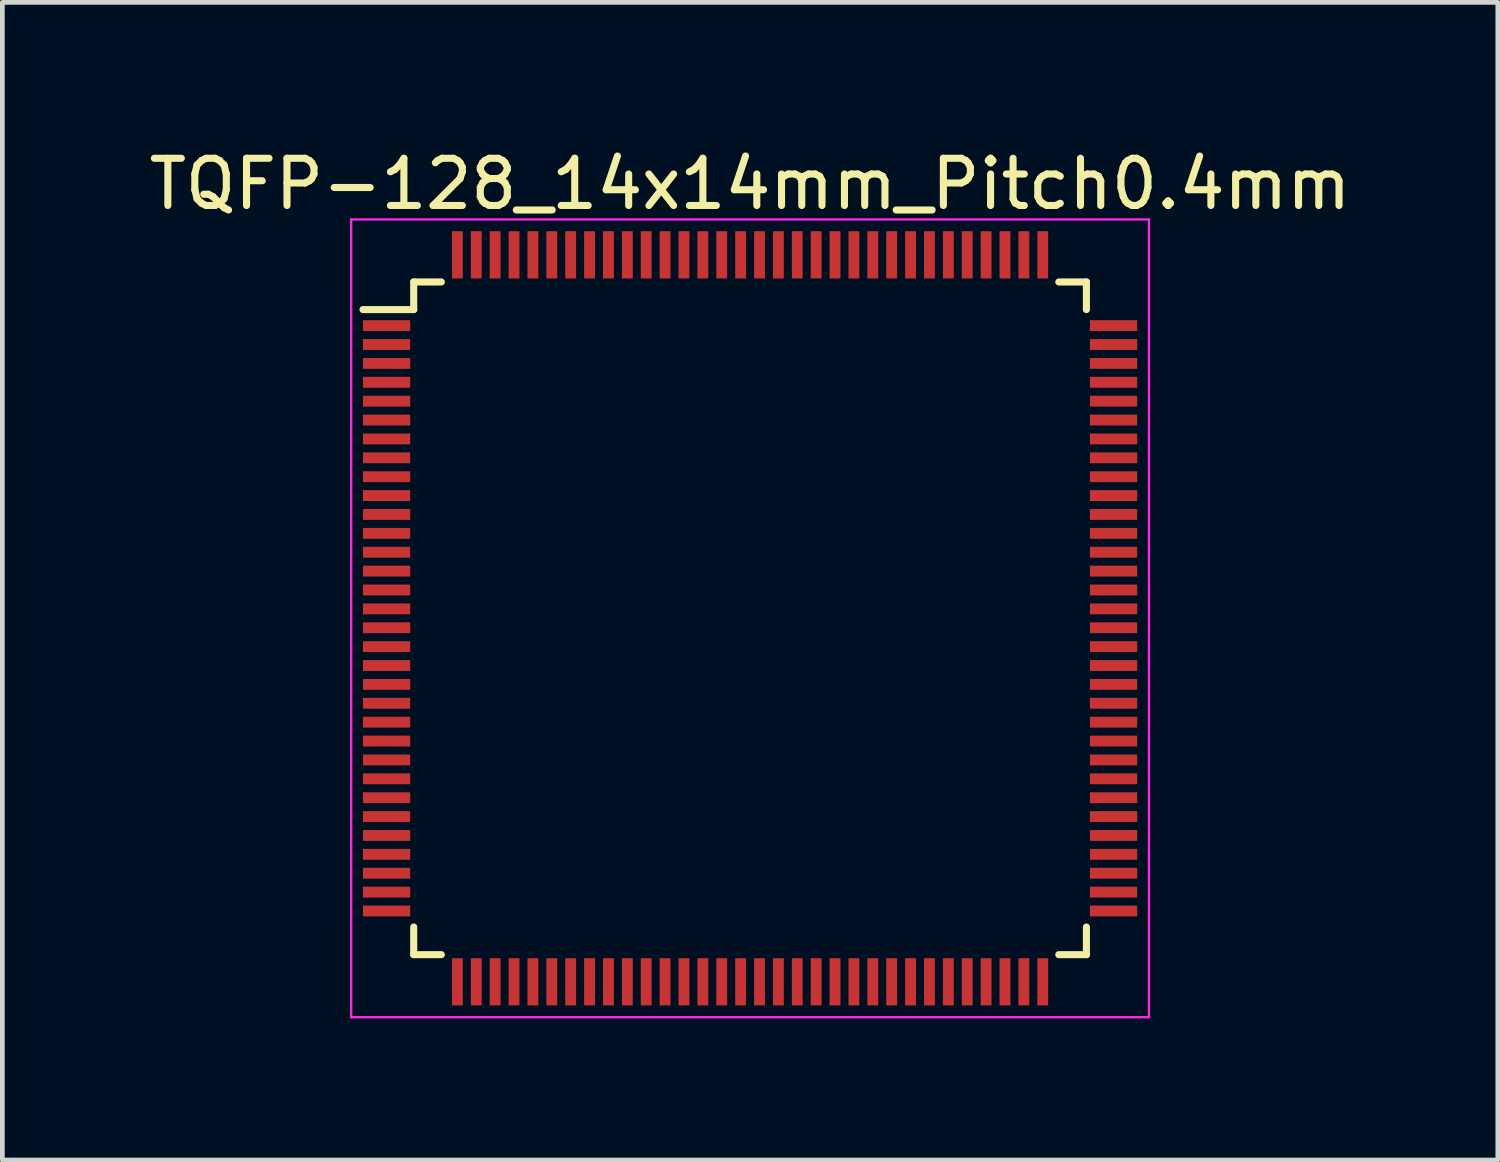
<source format=kicad_pcb>
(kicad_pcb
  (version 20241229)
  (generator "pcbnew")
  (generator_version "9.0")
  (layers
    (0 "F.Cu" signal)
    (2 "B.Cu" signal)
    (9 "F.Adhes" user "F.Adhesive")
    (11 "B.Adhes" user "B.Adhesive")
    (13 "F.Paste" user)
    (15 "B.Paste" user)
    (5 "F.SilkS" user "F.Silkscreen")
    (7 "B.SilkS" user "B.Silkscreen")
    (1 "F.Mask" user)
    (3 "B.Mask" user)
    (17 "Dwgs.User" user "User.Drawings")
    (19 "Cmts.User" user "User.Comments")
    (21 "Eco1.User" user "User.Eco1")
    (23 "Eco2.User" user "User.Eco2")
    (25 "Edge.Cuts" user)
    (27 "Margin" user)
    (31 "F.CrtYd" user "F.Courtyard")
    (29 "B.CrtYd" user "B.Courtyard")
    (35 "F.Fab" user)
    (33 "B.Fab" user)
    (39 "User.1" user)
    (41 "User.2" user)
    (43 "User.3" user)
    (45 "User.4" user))
  (footprint "TQFP-128_14x14mm_Pitch0.4mm"
    (layer "F.Cu")
    (at 12.839 10.048)
    (property "Reference" "TQFP-128_14x14mm_Pitch0.4mm" (at 0 -9.2 0) (layer "F.SilkS") (effects (font (size 1 1) (thickness 0.15))))
    (attr smd)
    (fp_line (start -7.125 -7.125) (end -7.125 -6.54) (stroke (width 0.15) (type solid)) (layer "F.SilkS"))
    (fp_line (start -7.125 -7.125) (end -6.54 -7.125) (stroke (width 0.15) (type solid)) (layer "F.SilkS"))
    (fp_line (start -7.125 -6.54) (end -8.2 -6.54) (stroke (width 0.15) (type solid)) (layer "F.SilkS"))
    (fp_line (start -7.125 7.125) (end -7.125 6.54) (stroke (width 0.15) (type solid)) (layer "F.SilkS"))
    (fp_line (start -7.125 7.125) (end -6.54 7.125) (stroke (width 0.15) (type solid)) (layer "F.SilkS"))
    (fp_line (start 7.125 -7.125) (end 6.54 -7.125) (stroke (width 0.15) (type solid)) (layer "F.SilkS"))
    (fp_line (start 7.125 -7.125) (end 7.125 -6.54) (stroke (width 0.15) (type solid)) (layer "F.SilkS"))
    (fp_line (start 7.125 7.125) (end 6.54 7.125) (stroke (width 0.15) (type solid)) (layer "F.SilkS"))
    (fp_line (start 7.125 7.125) (end 7.125 6.54) (stroke (width 0.15) (type solid)) (layer "F.SilkS"))
    (fp_line (start -8.45 -8.45) (end -8.45 8.45) (stroke (width 0.05) (type solid)) (layer "F.CrtYd"))
    (fp_line (start -8.45 -8.45) (end 8.45 -8.45) (stroke (width 0.05) (type solid)) (layer "F.CrtYd"))
    (fp_line (start -8.45 8.45) (end 8.45 8.45) (stroke (width 0.05) (type solid)) (layer "F.CrtYd"))
    (fp_line (start 8.45 -8.45) (end 8.45 8.45) (stroke (width 0.05) (type solid)) (layer "F.CrtYd"))
    (pad "1" smd rect (at -7.7 -6.2) (size 1 0.23) (layers "F.Cu" "F.Mask" "F.Paste"))
    (pad "2" smd rect (at -7.7 -5.8) (size 1 0.23) (layers "F.Cu" "F.Mask" "F.Paste"))
    (pad "3" smd rect (at -7.7 -5.4) (size 1 0.23) (layers "F.Cu" "F.Mask" "F.Paste"))
    (pad "4" smd rect (at -7.7 -5) (size 1 0.23) (layers "F.Cu" "F.Mask" "F.Paste"))
    (pad "5" smd rect (at -7.7 -4.6) (size 1 0.23) (layers "F.Cu" "F.Mask" "F.Paste"))
    (pad "6" smd rect (at -7.7 -4.2) (size 1 0.23) (layers "F.Cu" "F.Mask" "F.Paste"))
    (pad "7" smd rect (at -7.7 -3.8) (size 1 0.23) (layers "F.Cu" "F.Mask" "F.Paste"))
    (pad "8" smd rect (at -7.7 -3.4) (size 1 0.23) (layers "F.Cu" "F.Mask" "F.Paste"))
    (pad "9" smd rect (at -7.7 -3) (size 1 0.23) (layers "F.Cu" "F.Mask" "F.Paste"))
    (pad "10" smd rect (at -7.7 -2.6) (size 1 0.23) (layers "F.Cu" "F.Mask" "F.Paste"))
    (pad "11" smd rect (at -7.7 -2.2) (size 1 0.23) (layers "F.Cu" "F.Mask" "F.Paste"))
    (pad "12" smd rect (at -7.7 -1.8) (size 1 0.23) (layers "F.Cu" "F.Mask" "F.Paste"))
    (pad "13" smd rect (at -7.7 -1.4) (size 1 0.23) (layers "F.Cu" "F.Mask" "F.Paste"))
    (pad "14" smd rect (at -7.7 -1) (size 1 0.23) (layers "F.Cu" "F.Mask" "F.Paste"))
    (pad "15" smd rect (at -7.7 -0.6) (size 1 0.23) (layers "F.Cu" "F.Mask" "F.Paste"))
    (pad "16" smd rect (at -7.7 -0.2) (size 1 0.23) (layers "F.Cu" "F.Mask" "F.Paste"))
    (pad "17" smd rect (at -7.7 0.2) (size 1 0.23) (layers "F.Cu" "F.Mask" "F.Paste"))
    (pad "18" smd rect (at -7.7 0.6) (size 1 0.23) (layers "F.Cu" "F.Mask" "F.Paste"))
    (pad "19" smd rect (at -7.7 1) (size 1 0.23) (layers "F.Cu" "F.Mask" "F.Paste"))
    (pad "20" smd rect (at -7.7 1.4) (size 1 0.23) (layers "F.Cu" "F.Mask" "F.Paste"))
    (pad "21" smd rect (at -7.7 1.8) (size 1 0.23) (layers "F.Cu" "F.Mask" "F.Paste"))
    (pad "22" smd rect (at -7.7 2.2) (size 1 0.23) (layers "F.Cu" "F.Mask" "F.Paste"))
    (pad "23" smd rect (at -7.7 2.6) (size 1 0.23) (layers "F.Cu" "F.Mask" "F.Paste"))
    (pad "24" smd rect (at -7.7 3) (size 1 0.23) (layers "F.Cu" "F.Mask" "F.Paste"))
    (pad "25" smd rect (at -7.7 3.4) (size 1 0.23) (layers "F.Cu" "F.Mask" "F.Paste"))
    (pad "26" smd rect (at -7.7 3.8) (size 1 0.23) (layers "F.Cu" "F.Mask" "F.Paste"))
    (pad "27" smd rect (at -7.7 4.2) (size 1 0.23) (layers "F.Cu" "F.Mask" "F.Paste"))
    (pad "28" smd rect (at -7.7 4.6) (size 1 0.23) (layers "F.Cu" "F.Mask" "F.Paste"))
    (pad "29" smd rect (at -7.7 5) (size 1 0.23) (layers "F.Cu" "F.Mask" "F.Paste"))
    (pad "30" smd rect (at -7.7 5.4) (size 1 0.23) (layers "F.Cu" "F.Mask" "F.Paste"))
    (pad "31" smd rect (at -7.7 5.8) (size 1 0.23) (layers "F.Cu" "F.Mask" "F.Paste"))
    (pad "32" smd rect (at -7.7 6.2) (size 1 0.23) (layers "F.Cu" "F.Mask" "F.Paste"))
    (pad "33" smd rect (at -6.2 7.7 90) (size 1 0.23) (layers "F.Cu" "F.Mask" "F.Paste"))
    (pad "34" smd rect (at -5.8 7.7 90) (size 1 0.23) (layers "F.Cu" "F.Mask" "F.Paste"))
    (pad "35" smd rect (at -5.4 7.7 90) (size 1 0.23) (layers "F.Cu" "F.Mask" "F.Paste"))
    (pad "36" smd rect (at -5 7.7 90) (size 1 0.23) (layers "F.Cu" "F.Mask" "F.Paste"))
    (pad "37" smd rect (at -4.6 7.7 90) (size 1 0.23) (layers "F.Cu" "F.Mask" "F.Paste"))
    (pad "38" smd rect (at -4.2 7.7 90) (size 1 0.23) (layers "F.Cu" "F.Mask" "F.Paste"))
    (pad "39" smd rect (at -3.8 7.7 90) (size 1 0.23) (layers "F.Cu" "F.Mask" "F.Paste"))
    (pad "40" smd rect (at -3.4 7.7 90) (size 1 0.23) (layers "F.Cu" "F.Mask" "F.Paste"))
    (pad "41" smd rect (at -3 7.7 90) (size 1 0.23) (layers "F.Cu" "F.Mask" "F.Paste"))
    (pad "42" smd rect (at -2.6 7.7 90) (size 1 0.23) (layers "F.Cu" "F.Mask" "F.Paste"))
    (pad "43" smd rect (at -2.2 7.7 90) (size 1 0.23) (layers "F.Cu" "F.Mask" "F.Paste"))
    (pad "44" smd rect (at -1.8 7.7 90) (size 1 0.23) (layers "F.Cu" "F.Mask" "F.Paste"))
    (pad "45" smd rect (at -1.4 7.7 90) (size 1 0.23) (layers "F.Cu" "F.Mask" "F.Paste"))
    (pad "46" smd rect (at -1 7.7 90) (size 1 0.23) (layers "F.Cu" "F.Mask" "F.Paste"))
    (pad "47" smd rect (at -0.6 7.7 90) (size 1 0.23) (layers "F.Cu" "F.Mask" "F.Paste"))
    (pad "48" smd rect (at -0.2 7.7 90) (size 1 0.23) (layers "F.Cu" "F.Mask" "F.Paste"))
    (pad "49" smd rect (at 0.2 7.7 90) (size 1 0.23) (layers "F.Cu" "F.Mask" "F.Paste"))
    (pad "50" smd rect (at 0.6 7.7 90) (size 1 0.23) (layers "F.Cu" "F.Mask" "F.Paste"))
    (pad "51" smd rect (at 1 7.7 90) (size 1 0.23) (layers "F.Cu" "F.Mask" "F.Paste"))
    (pad "52" smd rect (at 1.4 7.7 90) (size 1 0.23) (layers "F.Cu" "F.Mask" "F.Paste"))
    (pad "53" smd rect (at 1.8 7.7 90) (size 1 0.23) (layers "F.Cu" "F.Mask" "F.Paste"))
    (pad "54" smd rect (at 2.2 7.7 90) (size 1 0.23) (layers "F.Cu" "F.Mask" "F.Paste"))
    (pad "55" smd rect (at 2.6 7.7 90) (size 1 0.23) (layers "F.Cu" "F.Mask" "F.Paste"))
    (pad "56" smd rect (at 3 7.7 90) (size 1 0.23) (layers "F.Cu" "F.Mask" "F.Paste"))
    (pad "57" smd rect (at 3.4 7.7 90) (size 1 0.23) (layers "F.Cu" "F.Mask" "F.Paste"))
    (pad "58" smd rect (at 3.8 7.7 90) (size 1 0.23) (layers "F.Cu" "F.Mask" "F.Paste"))
    (pad "59" smd rect (at 4.2 7.7 90) (size 1 0.23) (layers "F.Cu" "F.Mask" "F.Paste"))
    (pad "60" smd rect (at 4.6 7.7 90) (size 1 0.23) (layers "F.Cu" "F.Mask" "F.Paste"))
    (pad "61" smd rect (at 5 7.7 90) (size 1 0.23) (layers "F.Cu" "F.Mask" "F.Paste"))
    (pad "62" smd rect (at 5.4 7.7 90) (size 1 0.23) (layers "F.Cu" "F.Mask" "F.Paste"))
    (pad "63" smd rect (at 5.8 7.7 90) (size 1 0.23) (layers "F.Cu" "F.Mask" "F.Paste"))
    (pad "64" smd rect (at 6.2 7.7 90) (size 1 0.23) (layers "F.Cu" "F.Mask" "F.Paste"))
    (pad "65" smd rect (at 7.7 6.2) (size 1 0.23) (layers "F.Cu" "F.Mask" "F.Paste"))
    (pad "66" smd rect (at 7.7 5.8) (size 1 0.23) (layers "F.Cu" "F.Mask" "F.Paste"))
    (pad "67" smd rect (at 7.7 5.4) (size 1 0.23) (layers "F.Cu" "F.Mask" "F.Paste"))
    (pad "68" smd rect (at 7.7 5) (size 1 0.23) (layers "F.Cu" "F.Mask" "F.Paste"))
    (pad "69" smd rect (at 7.7 4.6) (size 1 0.23) (layers "F.Cu" "F.Mask" "F.Paste"))
    (pad "70" smd rect (at 7.7 4.2) (size 1 0.23) (layers "F.Cu" "F.Mask" "F.Paste"))
    (pad "71" smd rect (at 7.7 3.8) (size 1 0.23) (layers "F.Cu" "F.Mask" "F.Paste"))
    (pad "72" smd rect (at 7.7 3.4) (size 1 0.23) (layers "F.Cu" "F.Mask" "F.Paste"))
    (pad "73" smd rect (at 7.7 3) (size 1 0.23) (layers "F.Cu" "F.Mask" "F.Paste"))
    (pad "74" smd rect (at 7.7 2.6) (size 1 0.23) (layers "F.Cu" "F.Mask" "F.Paste"))
    (pad "75" smd rect (at 7.7 2.2) (size 1 0.23) (layers "F.Cu" "F.Mask" "F.Paste"))
    (pad "76" smd rect (at 7.7 1.8) (size 1 0.23) (layers "F.Cu" "F.Mask" "F.Paste"))
    (pad "77" smd rect (at 7.7 1.4) (size 1 0.23) (layers "F.Cu" "F.Mask" "F.Paste"))
    (pad "78" smd rect (at 7.7 1) (size 1 0.23) (layers "F.Cu" "F.Mask" "F.Paste"))
    (pad "79" smd rect (at 7.7 0.6) (size 1 0.23) (layers "F.Cu" "F.Mask" "F.Paste"))
    (pad "80" smd rect (at 7.7 0.2) (size 1 0.23) (layers "F.Cu" "F.Mask" "F.Paste"))
    (pad "81" smd rect (at 7.7 -0.2) (size 1 0.23) (layers "F.Cu" "F.Mask" "F.Paste"))
    (pad "82" smd rect (at 7.7 -0.6) (size 1 0.23) (layers "F.Cu" "F.Mask" "F.Paste"))
    (pad "83" smd rect (at 7.7 -1) (size 1 0.23) (layers "F.Cu" "F.Mask" "F.Paste"))
    (pad "84" smd rect (at 7.7 -1.4) (size 1 0.23) (layers "F.Cu" "F.Mask" "F.Paste"))
    (pad "85" smd rect (at 7.7 -1.8) (size 1 0.23) (layers "F.Cu" "F.Mask" "F.Paste"))
    (pad "86" smd rect (at 7.7 -2.2) (size 1 0.23) (layers "F.Cu" "F.Mask" "F.Paste"))
    (pad "87" smd rect (at 7.7 -2.6) (size 1 0.23) (layers "F.Cu" "F.Mask" "F.Paste"))
    (pad "88" smd rect (at 7.7 -3) (size 1 0.23) (layers "F.Cu" "F.Mask" "F.Paste"))
    (pad "89" smd rect (at 7.7 -3.4) (size 1 0.23) (layers "F.Cu" "F.Mask" "F.Paste"))
    (pad "90" smd rect (at 7.7 -3.8) (size 1 0.23) (layers "F.Cu" "F.Mask" "F.Paste"))
    (pad "91" smd rect (at 7.7 -4.2) (size 1 0.23) (layers "F.Cu" "F.Mask" "F.Paste"))
    (pad "92" smd rect (at 7.7 -4.6) (size 1 0.23) (layers "F.Cu" "F.Mask" "F.Paste"))
    (pad "93" smd rect (at 7.7 -5) (size 1 0.23) (layers "F.Cu" "F.Mask" "F.Paste"))
    (pad "94" smd rect (at 7.7 -5.4) (size 1 0.23) (layers "F.Cu" "F.Mask" "F.Paste"))
    (pad "95" smd rect (at 7.7 -5.8) (size 1 0.23) (layers "F.Cu" "F.Mask" "F.Paste"))
    (pad "96" smd rect (at 7.7 -6.2) (size 1 0.23) (layers "F.Cu" "F.Mask" "F.Paste"))
    (pad "97" smd rect (at 6.2 -7.7 90) (size 1 0.23) (layers "F.Cu" "F.Mask" "F.Paste"))
    (pad "98" smd rect (at 5.8 -7.7 90) (size 1 0.23) (layers "F.Cu" "F.Mask" "F.Paste"))
    (pad "99" smd rect (at 5.4 -7.7 90) (size 1 0.23) (layers "F.Cu" "F.Mask" "F.Paste"))
    (pad "100" smd rect (at 5 -7.7 90) (size 1 0.23) (layers "F.Cu" "F.Mask" "F.Paste"))
    (pad "101" smd rect (at 4.6 -7.7 90) (size 1 0.23) (layers "F.Cu" "F.Mask" "F.Paste"))
    (pad "102" smd rect (at 4.2 -7.7 90) (size 1 0.23) (layers "F.Cu" "F.Mask" "F.Paste"))
    (pad "103" smd rect (at 3.8 -7.7 90) (size 1 0.23) (layers "F.Cu" "F.Mask" "F.Paste"))
    (pad "104" smd rect (at 3.4 -7.7 90) (size 1 0.23) (layers "F.Cu" "F.Mask" "F.Paste"))
    (pad "105" smd rect (at 3 -7.7 90) (size 1 0.23) (layers "F.Cu" "F.Mask" "F.Paste"))
    (pad "106" smd rect (at 2.6 -7.7 90) (size 1 0.23) (layers "F.Cu" "F.Mask" "F.Paste"))
    (pad "107" smd rect (at 2.2 -7.7 90) (size 1 0.23) (layers "F.Cu" "F.Mask" "F.Paste"))
    (pad "108" smd rect (at 1.8 -7.7 90) (size 1 0.23) (layers "F.Cu" "F.Mask" "F.Paste"))
    (pad "109" smd rect (at 1.4 -7.7 90) (size 1 0.23) (layers "F.Cu" "F.Mask" "F.Paste"))
    (pad "110" smd rect (at 1 -7.7 90) (size 1 0.23) (layers "F.Cu" "F.Mask" "F.Paste"))
    (pad "111" smd rect (at 0.6 -7.7 90) (size 1 0.23) (layers "F.Cu" "F.Mask" "F.Paste"))
    (pad "112" smd rect (at 0.2 -7.7 90) (size 1 0.23) (layers "F.Cu" "F.Mask" "F.Paste"))
    (pad "113" smd rect (at -0.2 -7.7 90) (size 1 0.23) (layers "F.Cu" "F.Mask" "F.Paste"))
    (pad "114" smd rect (at -0.6 -7.7 90) (size 1 0.23) (layers "F.Cu" "F.Mask" "F.Paste"))
    (pad "115" smd rect (at -1 -7.7 90) (size 1 0.23) (layers "F.Cu" "F.Mask" "F.Paste"))
    (pad "116" smd rect (at -1.4 -7.7 90) (size 1 0.23) (layers "F.Cu" "F.Mask" "F.Paste"))
    (pad "117" smd rect (at -1.8 -7.7 90) (size 1 0.23) (layers "F.Cu" "F.Mask" "F.Paste"))
    (pad "118" smd rect (at -2.2 -7.7 90) (size 1 0.23) (layers "F.Cu" "F.Mask" "F.Paste"))
    (pad "119" smd rect (at -2.6 -7.7 90) (size 1 0.23) (layers "F.Cu" "F.Mask" "F.Paste"))
    (pad "120" smd rect (at -3 -7.7 90) (size 1 0.23) (layers "F.Cu" "F.Mask" "F.Paste"))
    (pad "121" smd rect (at -3.4 -7.7 90) (size 1 0.23) (layers "F.Cu" "F.Mask" "F.Paste"))
    (pad "122" smd rect (at -3.8 -7.7 90) (size 1 0.23) (layers "F.Cu" "F.Mask" "F.Paste"))
    (pad "123" smd rect (at -4.2 -7.7 90) (size 1 0.23) (layers "F.Cu" "F.Mask" "F.Paste"))
    (pad "124" smd rect (at -4.6 -7.7 90) (size 1 0.23) (layers "F.Cu" "F.Mask" "F.Paste"))
    (pad "125" smd rect (at -5 -7.7 90) (size 1 0.23) (layers "F.Cu" "F.Mask" "F.Paste"))
    (pad "126" smd rect (at -5.4 -7.7 90) (size 1 0.23) (layers "F.Cu" "F.Mask" "F.Paste"))
    (pad "127" smd rect (at -5.8 -7.7 90) (size 1 0.23) (layers "F.Cu" "F.Mask" "F.Paste"))
    (pad "128" smd rect (at -6.2 -7.7 90) (size 1 0.23) (layers "F.Cu" "F.Mask" "F.Paste")))
  (gr_rect
    (start -3 -3)
    (end 28.679 21.523)
    (stroke (width 0.1) (type default))
    (fill no)
    (layer "Edge.Cuts")))
</source>
